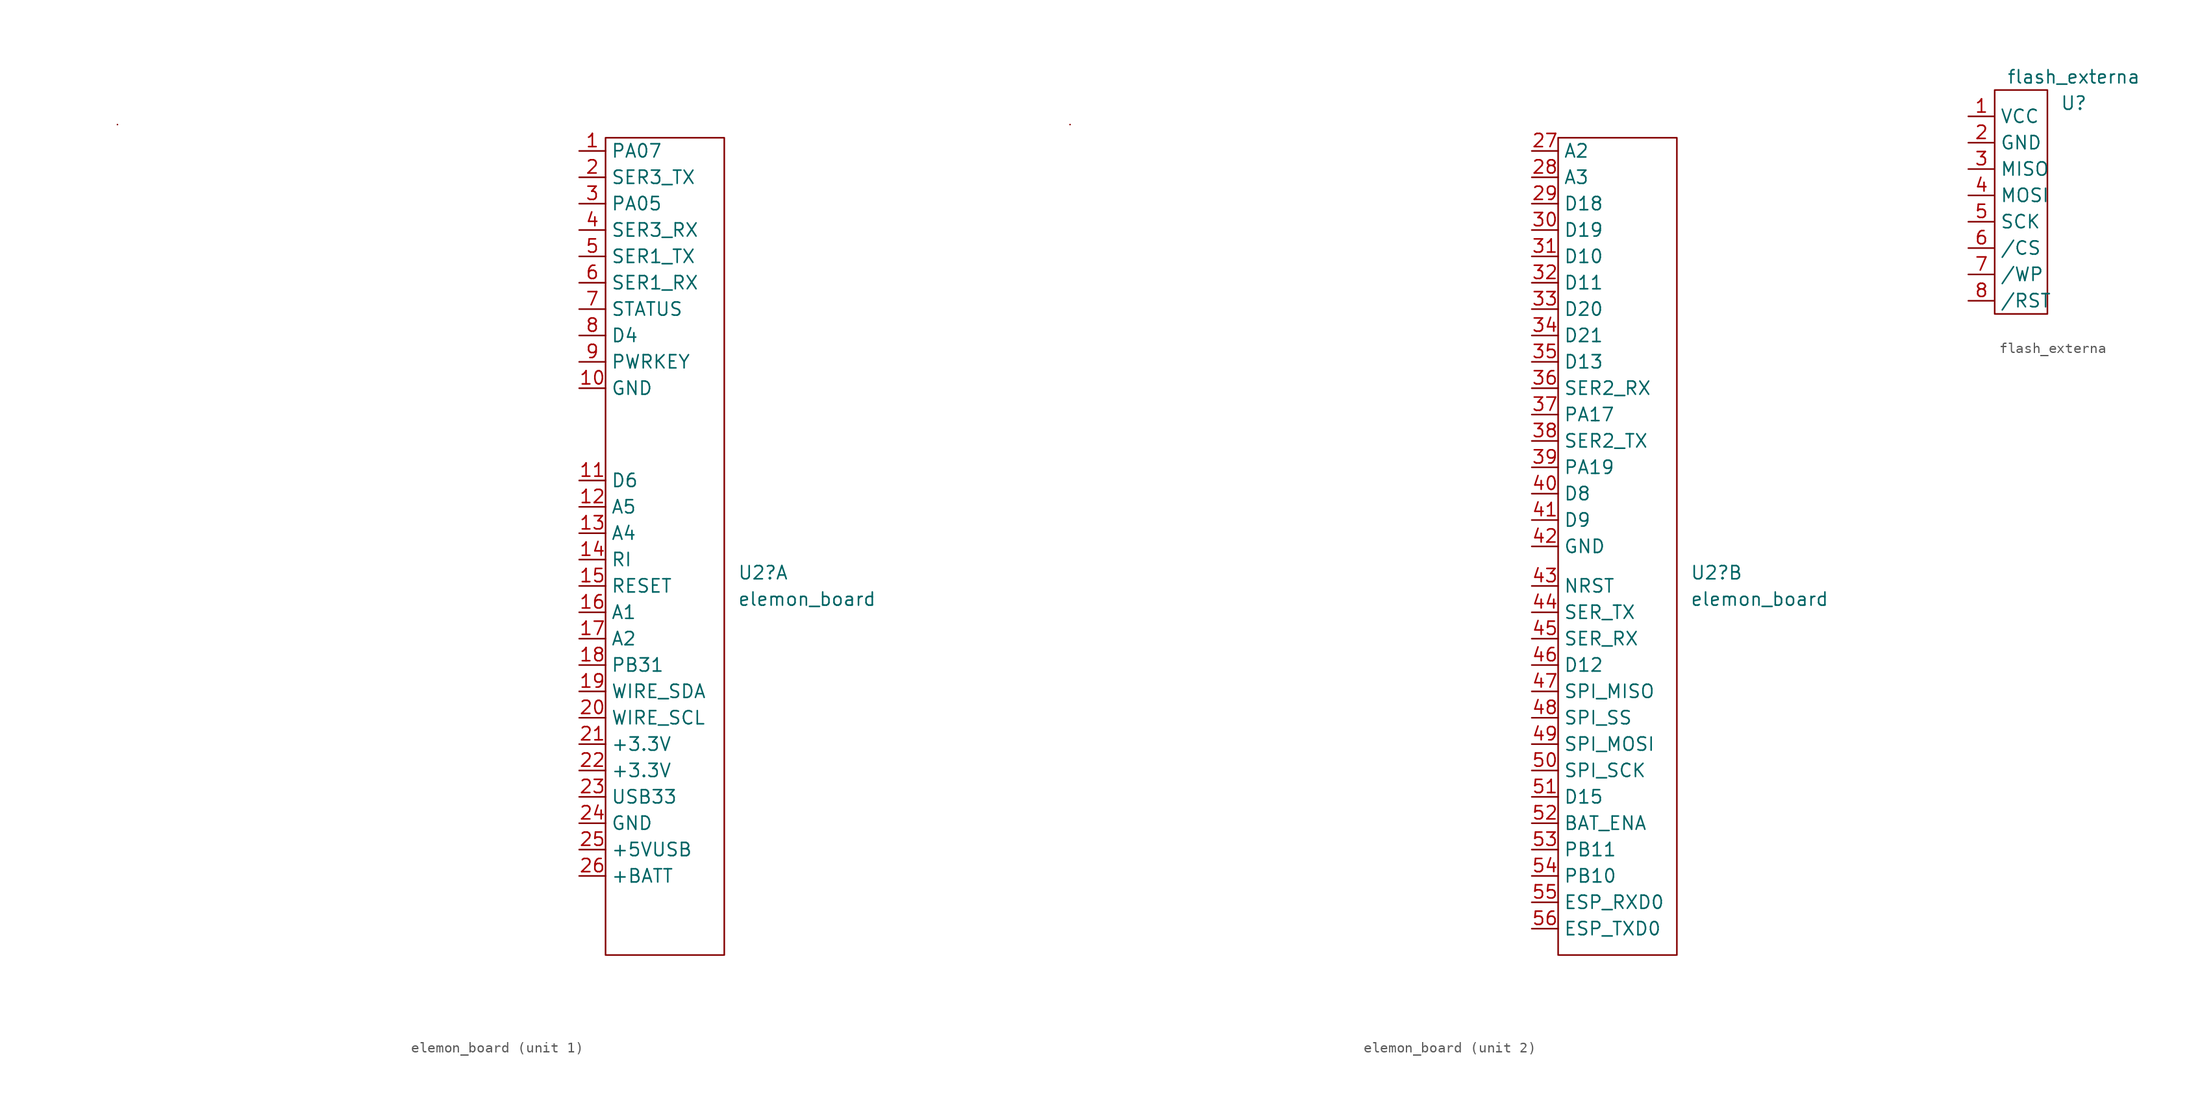
<source format=kicad_sym>
(kicad_symbol_lib
  (version 20211014)
  (generator kicad_symbol_editor)
  (symbol "elemon_board"
    (property "Reference" "U2"
      (at 12.7 -43.18 0)
      (effects (font (size 1.27 1.27)) (justify left)))
    (property "Value" "elemon_board"
      (at 12.7 -45.72 0)
      (effects (font (size 1.27 1.27)) (justify left)))
    (property "ki_locked" ""
      (at 0 0 0)
      (effects (font (size 1.27 1.27))))
    (symbol "elemon_board_0_1"
      (rectangle (start -46.99 0) (end -46.99 0) (stroke (width 0) (type default) (color 0 0 0 0)) (fill (type none)))
      (rectangle (start 0 -1.27) (end 11.43 -80.01) (stroke (width 0) (type default) (color 0 0 0 0)) (fill (type none))))
    (symbol "elemon_board_1_1"
      (pin bidirectional line (at -2.54 -2.54 0) (length 2.54) (name "PA07" (effects (font (size 1.27 1.27)))) (number "1" (effects (font (size 1.27 1.27)))))
      (pin power_out line (at -2.54 -25.4 0) (length 2.54) (name "GND" (effects (font (size 1.27 1.27)))) (number "10" (effects (font (size 1.27 1.27)))))
      (pin bidirectional line (at -2.54 -34.29 0) (length 2.54) (name "D6" (effects (font (size 1.27 1.27)))) (number "11" (effects (font (size 1.27 1.27)))))
      (pin bidirectional line (at -2.54 -36.83 0) (length 2.54) (name "A5" (effects (font (size 1.27 1.27)))) (number "12" (effects (font (size 1.27 1.27)))))
      (pin bidirectional line (at -2.54 -39.37 0) (length 2.54) (name "A4" (effects (font (size 1.27 1.27)))) (number "13" (effects (font (size 1.27 1.27)))))
      (pin bidirectional line (at -2.54 -41.91 0) (length 2.54) (name "RI" (effects (font (size 1.27 1.27)))) (number "14" (effects (font (size 1.27 1.27)))))
      (pin input line (at -2.54 -44.45 0) (length 2.54) (name "RESET" (effects (font (size 1.27 1.27)))) (number "15" (effects (font (size 1.27 1.27)))))
      (pin bidirectional line (at -2.54 -46.99 0) (length 2.54) (name "A1" (effects (font (size 1.27 1.27)))) (number "16" (effects (font (size 1.27 1.27)))))
      (pin bidirectional line (at -2.54 -49.53 0) (length 2.54) (name "A2" (effects (font (size 1.27 1.27)))) (number "17" (effects (font (size 1.27 1.27)))))
      (pin bidirectional line (at -2.54 -52.07 0) (length 2.54) (name "PB31" (effects (font (size 1.27 1.27)))) (number "18" (effects (font (size 1.27 1.27)))))
      (pin bidirectional line (at -2.54 -54.61 0) (length 2.54) (name "WIRE_SDA" (effects (font (size 1.27 1.27)))) (number "19" (effects (font (size 1.27 1.27)))))
      (pin bidirectional line (at -2.54 -5.08 0) (length 2.54) (name "SER3_TX" (effects (font (size 1.27 1.27)))) (number "2" (effects (font (size 1.27 1.27)))))
      (pin bidirectional line (at -2.54 -57.15 0) (length 2.54) (name "WIRE_SCL" (effects (font (size 1.27 1.27)))) (number "20" (effects (font (size 1.27 1.27)))))
      (pin power_out line (at -2.54 -59.69 0) (length 2.54) (name "+3.3V" (effects (font (size 1.27 1.27)))) (number "21" (effects (font (size 1.27 1.27)))))
      (pin power_out line (at -2.54 -62.23 0) (length 2.54) (name "+3.3V" (effects (font (size 1.27 1.27)))) (number "22" (effects (font (size 1.27 1.27)))))
      (pin power_out line (at -2.54 -64.77 0) (length 2.54) (name "USB33" (effects (font (size 1.27 1.27)))) (number "23" (effects (font (size 1.27 1.27)))))
      (pin power_out line (at -2.54 -67.31 0) (length 2.54) (name "GND" (effects (font (size 1.27 1.27)))) (number "24" (effects (font (size 1.27 1.27)))))
      (pin power_out line (at -2.54 -69.85 0) (length 2.54) (name "+5VUSB" (effects (font (size 1.27 1.27)))) (number "25" (effects (font (size 1.27 1.27)))))
      (pin power_in line (at -2.54 -72.39 0) (length 2.54) (name "+BATT" (effects (font (size 1.27 1.27)))) (number "26" (effects (font (size 1.27 1.27)))))
      (pin bidirectional line (at -2.54 -7.62 0) (length 2.54) (name "PA05" (effects (font (size 1.27 1.27)))) (number "3" (effects (font (size 1.27 1.27)))))
      (pin bidirectional line (at -2.54 -10.16 0) (length 2.54) (name "SER3_RX" (effects (font (size 1.27 1.27)))) (number "4" (effects (font (size 1.27 1.27)))))
      (pin bidirectional line (at -2.54 -12.7 0) (length 2.54) (name "SER1_TX" (effects (font (size 1.27 1.27)))) (number "5" (effects (font (size 1.27 1.27)))))
      (pin bidirectional line (at -2.54 -15.24 0) (length 2.54) (name "SER1_RX" (effects (font (size 1.27 1.27)))) (number "6" (effects (font (size 1.27 1.27)))))
      (pin bidirectional line (at -2.54 -17.78 0) (length 2.54) (name "STATUS" (effects (font (size 1.27 1.27)))) (number "7" (effects (font (size 1.27 1.27)))))
      (pin bidirectional line (at -2.54 -20.32 0) (length 2.54) (name "D4" (effects (font (size 1.27 1.27)))) (number "8" (effects (font (size 1.27 1.27)))))
      (pin bidirectional line (at -2.54 -22.86 0) (length 2.54) (name "PWRKEY" (effects (font (size 1.27 1.27)))) (number "9" (effects (font (size 1.27 1.27))))))
    (symbol "elemon_board_2_1"
      (pin bidirectional line (at -2.54 -2.54 0) (length 2.54) (name "A2" (effects (font (size 1.27 1.27)))) (number "27" (effects (font (size 1.27 1.27)))))
      (pin bidirectional line (at -2.54 -5.08 0) (length 2.54) (name "A3" (effects (font (size 1.27 1.27)))) (number "28" (effects (font (size 1.27 1.27)))))
      (pin bidirectional line (at -2.54 -7.62 0) (length 2.54) (name "D18" (effects (font (size 1.27 1.27)))) (number "29" (effects (font (size 1.27 1.27)))))
      (pin bidirectional line (at -2.54 -10.16 0) (length 2.54) (name "D19" (effects (font (size 1.27 1.27)))) (number "30" (effects (font (size 1.27 1.27)))))
      (pin bidirectional line (at -2.54 -12.7 0) (length 2.54) (name "D10" (effects (font (size 1.27 1.27)))) (number "31" (effects (font (size 1.27 1.27)))))
      (pin bidirectional line (at -2.54 -15.24 0) (length 2.54) (name "D11" (effects (font (size 1.27 1.27)))) (number "32" (effects (font (size 1.27 1.27)))))
      (pin bidirectional line (at -2.54 -17.78 0) (length 2.54) (name "D20" (effects (font (size 1.27 1.27)))) (number "33" (effects (font (size 1.27 1.27)))))
      (pin bidirectional line (at -2.54 -20.32 0) (length 2.54) (name "D21" (effects (font (size 1.27 1.27)))) (number "34" (effects (font (size 1.27 1.27)))))
      (pin bidirectional line (at -2.54 -22.86 0) (length 2.54) (name "D13" (effects (font (size 1.27 1.27)))) (number "35" (effects (font (size 1.27 1.27)))))
      (pin bidirectional line (at -2.54 -25.4 0) (length 2.54) (name "SER2_RX" (effects (font (size 1.27 1.27)))) (number "36" (effects (font (size 1.27 1.27)))))
      (pin bidirectional line (at -2.54 -27.94 0) (length 2.54) (name "PA17" (effects (font (size 1.27 1.27)))) (number "37" (effects (font (size 1.27 1.27)))))
      (pin bidirectional line (at -2.54 -30.48 0) (length 2.54) (name "SER2_TX" (effects (font (size 1.27 1.27)))) (number "38" (effects (font (size 1.27 1.27)))))
      (pin bidirectional line (at -2.54 -33.02 0) (length 2.54) (name "PA19" (effects (font (size 1.27 1.27)))) (number "39" (effects (font (size 1.27 1.27)))))
      (pin bidirectional line (at -2.54 -35.56 0) (length 2.54) (name "D8" (effects (font (size 1.27 1.27)))) (number "40" (effects (font (size 1.27 1.27)))))
      (pin bidirectional line (at -2.54 -38.1 0) (length 2.54) (name "D9" (effects (font (size 1.27 1.27)))) (number "41" (effects (font (size 1.27 1.27)))))
      (pin power_out line (at -2.54 -40.64 0) (length 2.54) (name "GND" (effects (font (size 1.27 1.27)))) (number "42" (effects (font (size 1.27 1.27)))))
      (pin input line (at -2.54 -44.45 0) (length 2.54) (name "NRST" (effects (font (size 1.27 1.27)))) (number "43" (effects (font (size 1.27 1.27)))))
      (pin bidirectional line (at -2.54 -46.99 0) (length 2.54) (name "SER_TX" (effects (font (size 1.27 1.27)))) (number "44" (effects (font (size 1.27 1.27)))))
      (pin bidirectional line (at -2.54 -49.53 0) (length 2.54) (name "SER_RX" (effects (font (size 1.27 1.27)))) (number "45" (effects (font (size 1.27 1.27)))))
      (pin bidirectional line (at -2.54 -52.07 0) (length 2.54) (name "D12" (effects (font (size 1.27 1.27)))) (number "46" (effects (font (size 1.27 1.27)))))
      (pin bidirectional line (at -2.54 -54.61 0) (length 2.54) (name "SPI_MISO" (effects (font (size 1.27 1.27)))) (number "47" (effects (font (size 1.27 1.27)))))
      (pin bidirectional line (at -2.54 -57.15 0) (length 2.54) (name "SPI_SS" (effects (font (size 1.27 1.27)))) (number "48" (effects (font (size 1.27 1.27)))))
      (pin bidirectional line (at -2.54 -59.69 0) (length 2.54) (name "SPI_MOSI" (effects (font (size 1.27 1.27)))) (number "49" (effects (font (size 1.27 1.27)))))
      (pin bidirectional line (at -2.54 -62.23 0) (length 2.54) (name "SPI_SCK" (effects (font (size 1.27 1.27)))) (number "50" (effects (font (size 1.27 1.27)))))
      (pin bidirectional line (at -2.54 -64.77 0) (length 2.54) (name "D15" (effects (font (size 1.27 1.27)))) (number "51" (effects (font (size 1.27 1.27)))))
      (pin bidirectional line (at -2.54 -67.31 0) (length 2.54) (name "BAT_ENA" (effects (font (size 1.27 1.27)))) (number "52" (effects (font (size 1.27 1.27)))))
      (pin bidirectional line (at -2.54 -69.85 0) (length 2.54) (name "PB11" (effects (font (size 1.27 1.27)))) (number "53" (effects (font (size 1.27 1.27)))))
      (pin bidirectional line (at -2.54 -72.39 0) (length 2.54) (name "PB10" (effects (font (size 1.27 1.27)))) (number "54" (effects (font (size 1.27 1.27)))))
      (pin bidirectional line (at -2.54 -74.93 0) (length 2.54) (name "ESP_RXD0" (effects (font (size 1.27 1.27)))) (number "55" (effects (font (size 1.27 1.27)))))
      (pin bidirectional line (at -2.54 -77.47 0) (length 2.54) (name "ESP_TXD0" (effects (font (size 1.27 1.27)))) (number "56" (effects (font (size 1.27 1.27)))))))
  (symbol "flash_externa"
    (property "Reference" "U"
      (at 7.62 -1.27 0)
      (effects (font (size 1.27 1.27))))
    (property "Value" "flash_externa"
      (at 7.62 1.27 0)
      (effects (font (size 1.27 1.27))))
    (symbol "flash_externa_0_1"
      (rectangle (start 0 0) (end 5.08 -21.59) (stroke (width 0) (type default) (color 0 0 0 0)) (fill (type none))))
    (symbol "flash_externa_1_1"
      (pin power_in line (at -2.54 -2.54 0) (length 2.54) (name "VCC" (effects (font (size 1.27 1.27)))) (number "1" (effects (font (size 1.27 1.27)))))
      (pin power_in line (at -2.54 -5.08 0) (length 2.54) (name "GND" (effects (font (size 1.27 1.27)))) (number "2" (effects (font (size 1.27 1.27)))))
      (pin output line (at -2.54 -7.62 0) (length 2.54) (name "MISO" (effects (font (size 1.27 1.27)))) (number "3" (effects (font (size 1.27 1.27)))))
      (pin input line (at -2.54 -10.16 0) (length 2.54) (name "MOSI" (effects (font (size 1.27 1.27)))) (number "4" (effects (font (size 1.27 1.27)))))
      (pin input line (at -2.54 -12.7 0) (length 2.54) (name "SCK" (effects (font (size 1.27 1.27)))) (number "5" (effects (font (size 1.27 1.27)))))
      (pin input line (at -2.54 -15.24 0) (length 2.54) (name "/CS" (effects (font (size 1.27 1.27)))) (number "6" (effects (font (size 1.27 1.27)))))
      (pin input line (at -2.54 -17.78 0) (length 2.54) (name "/WP" (effects (font (size 1.27 1.27)))) (number "7" (effects (font (size 1.27 1.27)))))
      (pin input line (at -2.54 -20.32 0) (length 2.54) (name "/RST" (effects (font (size 1.27 1.27)))) (number "8" (effects (font (size 1.27 1.27))))))))
</source>
